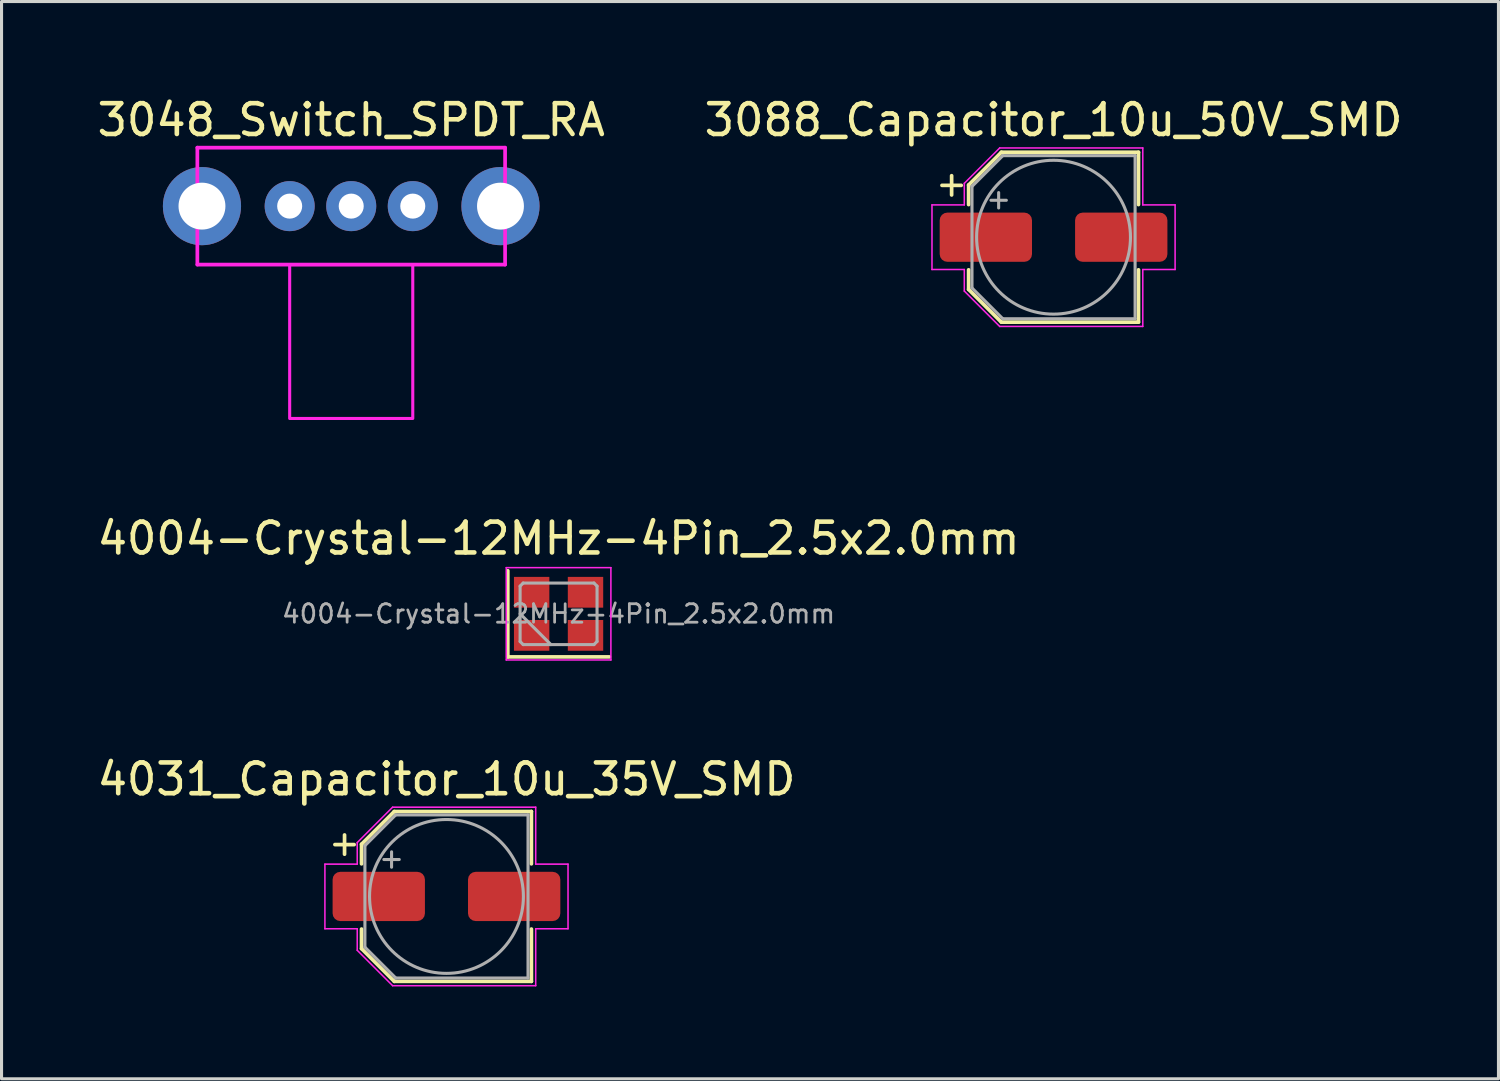
<source format=kicad_pcb>
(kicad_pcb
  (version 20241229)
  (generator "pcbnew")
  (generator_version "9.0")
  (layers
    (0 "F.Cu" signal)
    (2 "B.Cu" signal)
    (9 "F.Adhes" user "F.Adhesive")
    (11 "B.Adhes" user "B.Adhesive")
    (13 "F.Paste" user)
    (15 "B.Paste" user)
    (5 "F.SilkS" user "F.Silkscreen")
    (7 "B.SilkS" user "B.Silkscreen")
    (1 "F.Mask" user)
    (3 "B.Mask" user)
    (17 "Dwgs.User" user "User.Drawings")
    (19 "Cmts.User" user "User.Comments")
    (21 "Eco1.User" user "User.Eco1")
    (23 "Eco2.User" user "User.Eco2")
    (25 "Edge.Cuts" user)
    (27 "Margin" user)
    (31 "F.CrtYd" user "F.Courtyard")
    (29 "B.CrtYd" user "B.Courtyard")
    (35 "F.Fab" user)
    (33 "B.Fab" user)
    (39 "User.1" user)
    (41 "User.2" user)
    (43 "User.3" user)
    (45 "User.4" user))
  (footprint "4004-Crystal-12MHz-4Pin_2.5x2.0mm"
    (layer "F.Cu")
    (at 15.101 16.896)
    (property "Reference" "4004-Crystal-12MHz-4Pin_2.5x2.0mm" (at 0 -2.45 0) (layer "F.SilkS") (effects (font (size 1 1) (thickness 0.15))))
    (attr smd)
    (fp_line (start -1.65 -1.4) (end -1.65 1.4) (stroke (width 0.12) (type solid)) (layer "F.SilkS"))
    (fp_line (start -1.65 1.4) (end 1.65 1.4) (stroke (width 0.12) (type solid)) (layer "F.SilkS"))
    (fp_line (start -1.7 -1.5) (end -1.7 1.5) (stroke (width 0.05) (type solid)) (layer "F.CrtYd"))
    (fp_line (start -1.7 1.5) (end 1.7 1.5) (stroke (width 0.05) (type solid)) (layer "F.CrtYd"))
    (fp_line (start 1.7 -1.5) (end -1.7 -1.5) (stroke (width 0.05) (type solid)) (layer "F.CrtYd"))
    (fp_line (start 1.7 1.5) (end 1.7 -1.5) (stroke (width 0.05) (type solid)) (layer "F.CrtYd"))
    (fp_line (start -1.25 -0.9) (end -1.15 -1) (stroke (width 0.1) (type solid)) (layer "F.Fab"))
    (fp_line (start -1.25 0) (end -0.25 1) (stroke (width 0.1) (type solid)) (layer "F.Fab"))
    (fp_line (start -1.25 0.9) (end -1.25 -0.9) (stroke (width 0.1) (type solid)) (layer "F.Fab"))
    (fp_line (start -1.15 -1) (end 1.15 -1) (stroke (width 0.1) (type solid)) (layer "F.Fab"))
    (fp_line (start -1.15 1) (end -1.25 0.9) (stroke (width 0.1) (type solid)) (layer "F.Fab"))
    (fp_line (start 1.15 -1) (end 1.25 -0.9) (stroke (width 0.1) (type solid)) (layer "F.Fab"))
    (fp_line (start 1.15 1) (end -1.15 1) (stroke (width 0.1) (type solid)) (layer "F.Fab"))
    (fp_line (start 1.25 -0.9) (end 1.25 0.9) (stroke (width 0.1) (type solid)) (layer "F.Fab"))
    (fp_line (start 1.25 0.9) (end 1.15 1) (stroke (width 0.1) (type solid)) (layer "F.Fab"))
    (fp_text user "${REFERENCE}" (at 0 0 0) (layer "F.Fab") (effects (font (size 0.6 0.6) (thickness 0.09))))
    (pad "1" smd rect (at -0.875 0.7) (size 1.15 1) (layers "F.Cu" "F.Mask" "F.Paste"))
    (pad "2" smd rect (at 0.875 0.7) (size 1.15 1) (layers "F.Cu" "F.Mask" "F.Paste"))
    (pad "3" smd rect (at 0.875 -0.7) (size 1.15 1) (layers "F.Cu" "F.Mask" "F.Paste"))
    (pad "4" smd rect (at -0.875 -0.7) (size 1.15 1) (layers "F.Cu" "F.Mask" "F.Paste")))
  (footprint "3048_Switch_SPDT_RA"
    (layer "F.Cu")
    (at 8.363 3.648)
    (property "Reference" "3048_Switch_SPDT_RA" (at 0 -2.8 0) (layer "F.SilkS") (effects (font (size 1 1) (thickness 0.15))))
    (attr through_hole)
    (fp_line (start -5 -1.9) (end -5 1.9) (stroke (width 0.12) (type solid)) (layer "F.CrtYd"))
    (fp_line (start -5 1.9) (end 5 1.9) (stroke (width 0.12) (type solid)) (layer "F.CrtYd"))
    (fp_line (start 5 -1.9) (end -5 -1.9) (stroke (width 0.12) (type solid)) (layer "F.CrtYd"))
    (fp_line (start 5 0) (end 5 -1.9) (stroke (width 0.12) (type solid)) (layer "F.CrtYd"))
    (fp_line (start 5 1.9) (end 5 0) (stroke (width 0.12) (type solid)) (layer "F.CrtYd"))
    (fp_poly (pts (xy 2 6.9) (xy -2 6.9) (xy -2 1.9) (xy 2 1.9)) (stroke (width 0.1) (type solid)) (fill no) (layer "F.CrtYd"))
    (pad "1" thru_hole circle (at -2 0) (size 1.626 1.626) (drill 0.813) (layers "*.Cu" "*.Mask"))
    (pad "2" thru_hole circle (at 0 0) (size 1.626 1.626) (drill 0.813) (layers "*.Cu" "*.Mask"))
    (pad "3" thru_hole circle (at 2 0) (size 1.626 1.626) (drill 0.813) (layers "*.Cu" "*.Mask"))
    (pad "MH" thru_hole circle (at -4.85 0) (size 2.54 2.54) (drill 1.524) (layers "*.Cu" "*.Mask"))
    (pad "MH" thru_hole circle (at 4.85 0) (size 2.54 2.54) (drill 1.524) (layers "*.Cu" "*.Mask")))
  (footprint "3088_Capacitor_10u_50V_SMD"
    (layer "F.Cu")
    (at 31.185 4.658)
    (property "Reference" "3088_Capacitor_10u_50V_SMD" (at 0 -3.81 0) (layer "F.SilkS") (effects (font (size 1 1) (thickness 0.15))))
    (attr smd)
    (fp_line (start -3.625 -1.685) (end -3 -1.685) (stroke (width 0.12) (type solid)) (layer "F.SilkS"))
    (fp_line (start -3.312 -1.998) (end -3.312 -1.373) (stroke (width 0.12) (type solid)) (layer "F.SilkS"))
    (fp_line (start -2.76 -1.696) (end -2.76 -1.06) (stroke (width 0.12) (type solid)) (layer "F.SilkS"))
    (fp_line (start -2.76 -1.696) (end -1.696 -2.76) (stroke (width 0.12) (type solid)) (layer "F.SilkS"))
    (fp_line (start -2.76 1.696) (end -2.76 1.06) (stroke (width 0.12) (type solid)) (layer "F.SilkS"))
    (fp_line (start -2.76 1.696) (end -1.696 2.76) (stroke (width 0.12) (type solid)) (layer "F.SilkS"))
    (fp_line (start -1.696 -2.76) (end 2.76 -2.76) (stroke (width 0.12) (type solid)) (layer "F.SilkS"))
    (fp_line (start -1.696 2.76) (end 2.76 2.76) (stroke (width 0.12) (type solid)) (layer "F.SilkS"))
    (fp_line (start 2.76 -2.76) (end 2.76 -1.06) (stroke (width 0.12) (type solid)) (layer "F.SilkS"))
    (fp_line (start 2.76 2.76) (end 2.76 1.06) (stroke (width 0.12) (type solid)) (layer "F.SilkS"))
    (fp_line (start -3.95 -1.05) (end -3.95 1.05) (stroke (width 0.05) (type solid)) (layer "F.CrtYd"))
    (fp_line (start -3.95 1.05) (end -2.9 1.05) (stroke (width 0.05) (type solid)) (layer "F.CrtYd"))
    (fp_line (start -2.9 -1.75) (end -2.9 -1.05) (stroke (width 0.05) (type solid)) (layer "F.CrtYd"))
    (fp_line (start -2.9 -1.75) (end -1.75 -2.9) (stroke (width 0.05) (type solid)) (layer "F.CrtYd"))
    (fp_line (start -2.9 -1.05) (end -3.95 -1.05) (stroke (width 0.05) (type solid)) (layer "F.CrtYd"))
    (fp_line (start -2.9 1.05) (end -2.9 1.75) (stroke (width 0.05) (type solid)) (layer "F.CrtYd"))
    (fp_line (start -2.9 1.75) (end -1.75 2.9) (stroke (width 0.05) (type solid)) (layer "F.CrtYd"))
    (fp_line (start -1.75 -2.9) (end 2.9 -2.9) (stroke (width 0.05) (type solid)) (layer "F.CrtYd"))
    (fp_line (start -1.75 2.9) (end 2.9 2.9) (stroke (width 0.05) (type solid)) (layer "F.CrtYd"))
    (fp_line (start 2.9 -2.9) (end 2.9 -1.05) (stroke (width 0.05) (type solid)) (layer "F.CrtYd"))
    (fp_line (start 2.9 -1.05) (end 3.95 -1.05) (stroke (width 0.05) (type solid)) (layer "F.CrtYd"))
    (fp_line (start 2.9 1.05) (end 2.9 2.9) (stroke (width 0.05) (type solid)) (layer "F.CrtYd"))
    (fp_line (start 3.95 -1.05) (end 3.95 1.05) (stroke (width 0.05) (type solid)) (layer "F.CrtYd"))
    (fp_line (start 3.95 1.05) (end 2.9 1.05) (stroke (width 0.05) (type solid)) (layer "F.CrtYd"))
    (fp_line (start -2.65 -1.65) (end -2.65 1.65) (stroke (width 0.1) (type solid)) (layer "F.Fab"))
    (fp_line (start -2.65 -1.65) (end -1.65 -2.65) (stroke (width 0.1) (type solid)) (layer "F.Fab"))
    (fp_line (start -2.65 1.65) (end -1.65 2.65) (stroke (width 0.1) (type solid)) (layer "F.Fab"))
    (fp_line (start -2.034 -1.2) (end -1.534 -1.2) (stroke (width 0.1) (type solid)) (layer "F.Fab"))
    (fp_line (start -1.784 -1.45) (end -1.784 -0.95) (stroke (width 0.1) (type solid)) (layer "F.Fab"))
    (fp_line (start -1.65 -2.65) (end 2.65 -2.65) (stroke (width 0.1) (type solid)) (layer "F.Fab"))
    (fp_line (start -1.65 2.65) (end 2.65 2.65) (stroke (width 0.1) (type solid)) (layer "F.Fab"))
    (fp_line (start 2.65 -2.65) (end 2.65 2.65) (stroke (width 0.1) (type solid)) (layer "F.Fab"))
    (fp_circle (center 0 0) (end 2.5 0) (stroke (width 0.1) (type solid)) (fill no) (layer "F.Fab"))
    (pad "1" smd roundrect (at -2.2 0) (size 3 1.6) (layers "F.Cu" "F.Mask" "F.Paste") (roundrect_rratio 0.156))
    (pad "2" smd roundrect (at 2.2 0) (size 3 1.6) (layers "F.Cu" "F.Mask" "F.Paste") (roundrect_rratio 0.156)))
  (footprint "4031_Capacitor_10u_35V_SMD"
    (layer "F.Cu")
    (at 11.458 26.08)
    (property "Reference" "4031_Capacitor_10u_35V_SMD" (at 0 -3.81 0) (layer "F.SilkS") (effects (font (size 1 1) (thickness 0.15))))
    (attr smd)
    (fp_line (start -3.625 -1.685) (end -3 -1.685) (stroke (width 0.12) (type solid)) (layer "F.SilkS"))
    (fp_line (start -3.312 -1.998) (end -3.312 -1.373) (stroke (width 0.12) (type solid)) (layer "F.SilkS"))
    (fp_line (start -2.76 -1.696) (end -2.76 -1.06) (stroke (width 0.12) (type solid)) (layer "F.SilkS"))
    (fp_line (start -2.76 -1.696) (end -1.696 -2.76) (stroke (width 0.12) (type solid)) (layer "F.SilkS"))
    (fp_line (start -2.76 1.696) (end -2.76 1.06) (stroke (width 0.12) (type solid)) (layer "F.SilkS"))
    (fp_line (start -2.76 1.696) (end -1.696 2.76) (stroke (width 0.12) (type solid)) (layer "F.SilkS"))
    (fp_line (start -1.696 -2.76) (end 2.76 -2.76) (stroke (width 0.12) (type solid)) (layer "F.SilkS"))
    (fp_line (start -1.696 2.76) (end 2.76 2.76) (stroke (width 0.12) (type solid)) (layer "F.SilkS"))
    (fp_line (start 2.76 -2.76) (end 2.76 -1.06) (stroke (width 0.12) (type solid)) (layer "F.SilkS"))
    (fp_line (start 2.76 2.76) (end 2.76 1.06) (stroke (width 0.12) (type solid)) (layer "F.SilkS"))
    (fp_line (start -3.95 -1.05) (end -3.95 1.05) (stroke (width 0.05) (type solid)) (layer "F.CrtYd"))
    (fp_line (start -3.95 1.05) (end -2.9 1.05) (stroke (width 0.05) (type solid)) (layer "F.CrtYd"))
    (fp_line (start -2.9 -1.75) (end -2.9 -1.05) (stroke (width 0.05) (type solid)) (layer "F.CrtYd"))
    (fp_line (start -2.9 -1.75) (end -1.75 -2.9) (stroke (width 0.05) (type solid)) (layer "F.CrtYd"))
    (fp_line (start -2.9 -1.05) (end -3.95 -1.05) (stroke (width 0.05) (type solid)) (layer "F.CrtYd"))
    (fp_line (start -2.9 1.05) (end -2.9 1.75) (stroke (width 0.05) (type solid)) (layer "F.CrtYd"))
    (fp_line (start -2.9 1.75) (end -1.75 2.9) (stroke (width 0.05) (type solid)) (layer "F.CrtYd"))
    (fp_line (start -1.75 -2.9) (end 2.9 -2.9) (stroke (width 0.05) (type solid)) (layer "F.CrtYd"))
    (fp_line (start -1.75 2.9) (end 2.9 2.9) (stroke (width 0.05) (type solid)) (layer "F.CrtYd"))
    (fp_line (start 2.9 -2.9) (end 2.9 -1.05) (stroke (width 0.05) (type solid)) (layer "F.CrtYd"))
    (fp_line (start 2.9 -1.05) (end 3.95 -1.05) (stroke (width 0.05) (type solid)) (layer "F.CrtYd"))
    (fp_line (start 2.9 1.05) (end 2.9 2.9) (stroke (width 0.05) (type solid)) (layer "F.CrtYd"))
    (fp_line (start 3.95 -1.05) (end 3.95 1.05) (stroke (width 0.05) (type solid)) (layer "F.CrtYd"))
    (fp_line (start 3.95 1.05) (end 2.9 1.05) (stroke (width 0.05) (type solid)) (layer "F.CrtYd"))
    (fp_line (start -2.65 -1.65) (end -2.65 1.65) (stroke (width 0.1) (type solid)) (layer "F.Fab"))
    (fp_line (start -2.65 -1.65) (end -1.65 -2.65) (stroke (width 0.1) (type solid)) (layer "F.Fab"))
    (fp_line (start -2.65 1.65) (end -1.65 2.65) (stroke (width 0.1) (type solid)) (layer "F.Fab"))
    (fp_line (start -2.034 -1.2) (end -1.534 -1.2) (stroke (width 0.1) (type solid)) (layer "F.Fab"))
    (fp_line (start -1.784 -1.45) (end -1.784 -0.95) (stroke (width 0.1) (type solid)) (layer "F.Fab"))
    (fp_line (start -1.65 -2.65) (end 2.65 -2.65) (stroke (width 0.1) (type solid)) (layer "F.Fab"))
    (fp_line (start -1.65 2.65) (end 2.65 2.65) (stroke (width 0.1) (type solid)) (layer "F.Fab"))
    (fp_line (start 2.65 -2.65) (end 2.65 2.65) (stroke (width 0.1) (type solid)) (layer "F.Fab"))
    (fp_circle (center 0 0) (end 2.5 0) (stroke (width 0.1) (type solid)) (fill no) (layer "F.Fab"))
    (pad "1" smd roundrect (at -2.2 0) (size 3 1.6) (layers "F.Cu" "F.Mask" "F.Paste") (roundrect_rratio 0.156))
    (pad "2" smd roundrect (at 2.2 0) (size 3 1.6) (layers "F.Cu" "F.Mask" "F.Paste") (roundrect_rratio 0.156)))
  (gr_rect
    (start -3 -3)
    (end 45.643 32.005)
    (stroke (width 0.1) (type default))
    (fill no)
    (layer "Edge.Cuts")))
</source>
